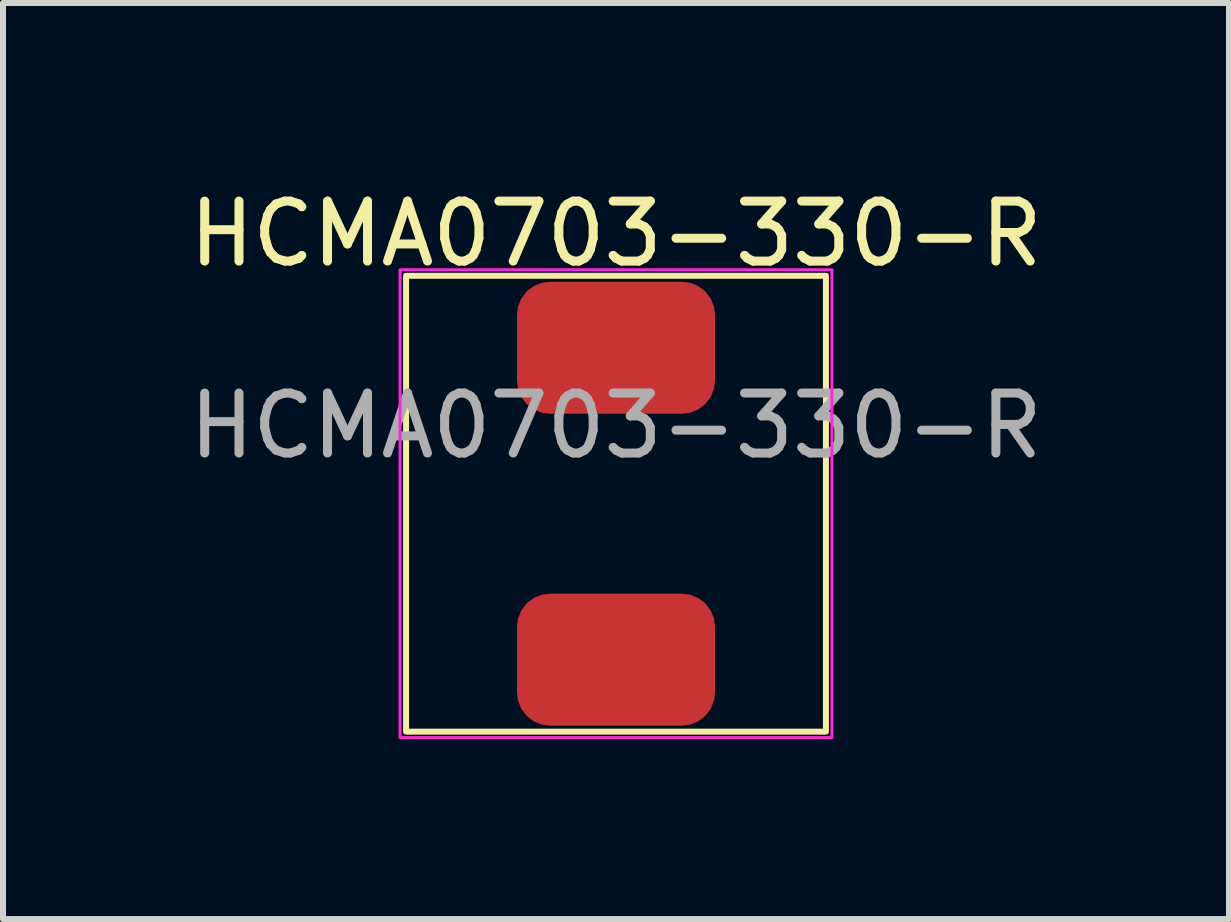
<source format=kicad_pcb>
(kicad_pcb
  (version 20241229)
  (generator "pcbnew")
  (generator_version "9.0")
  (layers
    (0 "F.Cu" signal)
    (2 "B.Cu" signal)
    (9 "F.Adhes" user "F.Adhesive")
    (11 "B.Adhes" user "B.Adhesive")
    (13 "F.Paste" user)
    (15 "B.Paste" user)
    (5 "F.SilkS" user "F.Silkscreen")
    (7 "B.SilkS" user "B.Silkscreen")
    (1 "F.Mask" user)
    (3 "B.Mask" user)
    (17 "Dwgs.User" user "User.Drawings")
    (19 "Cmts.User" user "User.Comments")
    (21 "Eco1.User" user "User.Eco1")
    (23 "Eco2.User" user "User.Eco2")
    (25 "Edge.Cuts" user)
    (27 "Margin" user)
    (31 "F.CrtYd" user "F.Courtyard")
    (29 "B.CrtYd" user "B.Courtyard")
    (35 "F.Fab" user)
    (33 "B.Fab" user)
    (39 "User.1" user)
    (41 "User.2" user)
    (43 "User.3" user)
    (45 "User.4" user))
  (footprint "HCMA0703-330-R"
    (layer "F.Cu")
    (at 7.22 1.548)
    (property "Reference" "HCMA0703-330-R" (at 0 -0.7 0) (unlocked yes) (layer "F.SilkS") (effects (font (size 1 1) (thickness 0.15))))
    (attr smd)
    (fp_rect (start -3.5 0) (end 3.5 7.6) (stroke (width 0.1) (type default)) (fill no) (layer "F.SilkS"))
    (fp_rect (start -3.6 -0.1) (end 3.6 7.7) (stroke (width 0.05) (type default)) (fill no) (layer "F.CrtYd"))
    (fp_text user "${REFERENCE}" (at 0 2.5 0) (unlocked yes) (layer "F.Fab") (effects (font (size 1 1) (thickness 0.15))))
    (pad "1" smd roundrect (at 0 1.2) (size 3.3 2.2) (layers "F.Cu" "F.Mask" "F.Paste") (roundrect_rratio 0.25))
    (pad "2" smd roundrect (at 0 6.4) (size 3.3 2.2) (layers "F.Cu" "F.Mask" "F.Paste") (roundrect_rratio 0.25)))
  (gr_rect
    (start -3 -3)
    (end 17.44 12.273)
    (stroke (width 0.1) (type default))
    (fill no)
    (layer "Edge.Cuts")))
</source>
